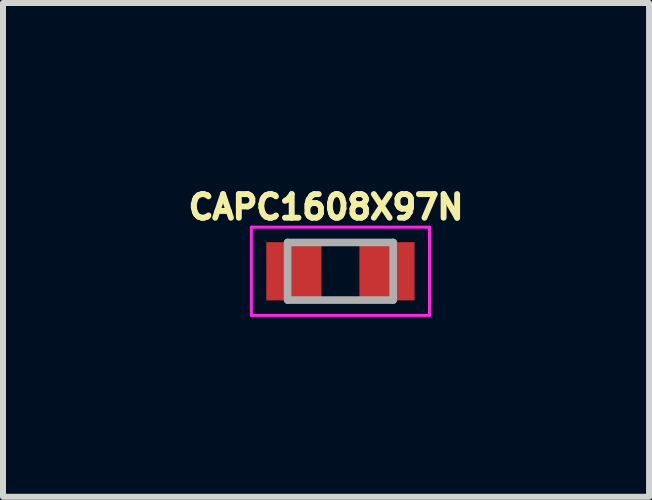
<source format=kicad_pcb>
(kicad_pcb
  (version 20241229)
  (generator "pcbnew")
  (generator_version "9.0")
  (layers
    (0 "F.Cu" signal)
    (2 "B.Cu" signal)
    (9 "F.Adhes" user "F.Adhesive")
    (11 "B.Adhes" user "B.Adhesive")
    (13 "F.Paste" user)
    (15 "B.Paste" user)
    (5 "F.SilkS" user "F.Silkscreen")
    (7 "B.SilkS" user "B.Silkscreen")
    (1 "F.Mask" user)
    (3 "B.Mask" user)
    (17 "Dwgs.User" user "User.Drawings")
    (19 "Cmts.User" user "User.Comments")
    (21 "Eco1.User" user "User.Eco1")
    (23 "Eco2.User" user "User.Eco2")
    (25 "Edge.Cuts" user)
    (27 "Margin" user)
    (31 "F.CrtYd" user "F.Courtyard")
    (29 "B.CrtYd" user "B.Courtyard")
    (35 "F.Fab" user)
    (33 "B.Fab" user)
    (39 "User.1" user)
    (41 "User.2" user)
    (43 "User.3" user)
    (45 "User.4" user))
  (footprint "CAPC1608X97N"
    (layer "F.Cu")
    (at 2.626 1.473)
    (property "Reference" "CAPC1608X97N" (at -0.24 -1.07 0) (layer "F.SilkS") (effects (font (size 0.394 0.394) (thickness 0.15))))
    (attr smd)
    (fp_line (start -1.485 -0.735) (end 1.485 -0.735) (stroke (width 0.05) (type solid)) (layer "F.CrtYd"))
    (fp_line (start -1.485 0.735) (end -1.485 -0.735) (stroke (width 0.05) (type solid)) (layer "F.CrtYd"))
    (fp_line (start -1.485 0.735) (end 1.485 0.735) (stroke (width 0.05) (type solid)) (layer "F.CrtYd"))
    (fp_line (start 1.485 0.735) (end 1.485 -0.735) (stroke (width 0.05) (type solid)) (layer "F.CrtYd"))
    (fp_line (start -0.88 0.48) (end -0.88 -0.48) (stroke (width 0.127) (type solid)) (layer "F.Fab"))
    (fp_line (start 0.88 -0.48) (end -0.88 -0.48) (stroke (width 0.127) (type solid)) (layer "F.Fab"))
    (fp_line (start 0.88 0.48) (end -0.88 0.48) (stroke (width 0.127) (type solid)) (layer "F.Fab"))
    (fp_line (start 0.88 0.48) (end 0.88 -0.48) (stroke (width 0.127) (type solid)) (layer "F.Fab"))
    (pad "1" smd rect (at -0.776 0) (size 0.92 0.97) (layers "F.Cu" "F.Mask" "F.Paste"))
    (pad "2" smd rect (at 0.776 0) (size 0.92 0.97) (layers "F.Cu" "F.Mask" "F.Paste")))
  (gr_rect
    (start -3 -3)
    (end 7.772 5.233)
    (stroke (width 0.1) (type default))
    (fill no)
    (layer "Edge.Cuts")))
</source>
